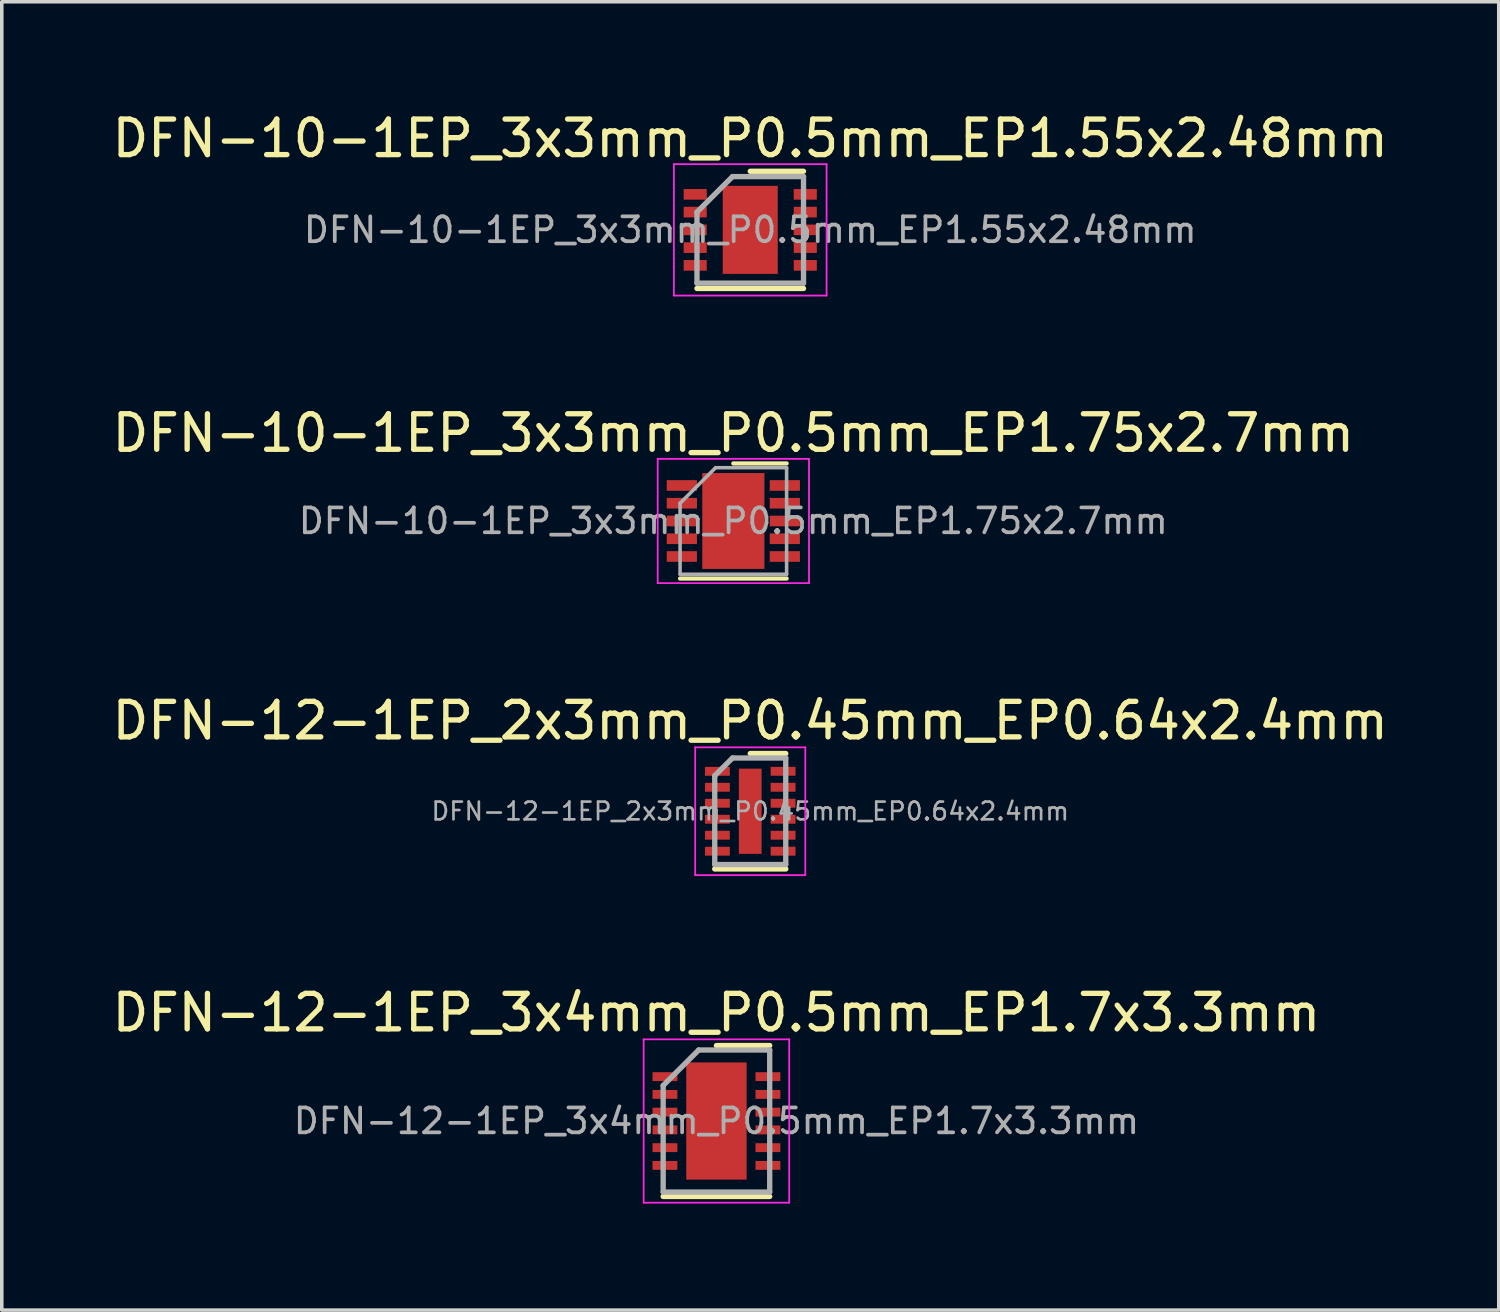
<source format=kicad_pcb>
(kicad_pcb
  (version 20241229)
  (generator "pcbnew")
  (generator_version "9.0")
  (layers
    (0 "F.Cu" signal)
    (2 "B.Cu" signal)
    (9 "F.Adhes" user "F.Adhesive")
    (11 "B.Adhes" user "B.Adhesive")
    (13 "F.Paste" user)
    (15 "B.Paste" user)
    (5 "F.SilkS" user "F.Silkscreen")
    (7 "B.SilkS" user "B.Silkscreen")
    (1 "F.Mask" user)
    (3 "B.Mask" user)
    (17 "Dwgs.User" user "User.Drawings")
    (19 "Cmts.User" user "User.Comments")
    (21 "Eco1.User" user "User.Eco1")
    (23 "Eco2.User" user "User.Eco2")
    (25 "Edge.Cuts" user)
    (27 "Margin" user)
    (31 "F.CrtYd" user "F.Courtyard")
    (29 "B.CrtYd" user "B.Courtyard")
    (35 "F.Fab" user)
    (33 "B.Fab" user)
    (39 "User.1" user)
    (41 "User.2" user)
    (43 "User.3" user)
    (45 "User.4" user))
  (footprint "DFN-10-1EP_3x3mm_P0.5mm_EP1.55x2.48mm"
    (layer "F.Cu")
    (at 18.077 3.423)
    (property "Reference" "DFN-10-1EP_3x3mm_P0.5mm_EP1.55x2.48mm" (at 0 -2.575 0) (layer "F.SilkS") (effects (font (size 1 1) (thickness 0.15))))
    (attr smd)
    (fp_line (start -1.5 1.65) (end 1.5 1.65) (stroke (width 0.15) (type solid)) (layer "F.SilkS"))
    (fp_line (start 0 -1.65) (end 1.5 -1.65) (stroke (width 0.15) (type solid)) (layer "F.SilkS"))
    (fp_line (start -2.15 -1.85) (end -2.15 1.85) (stroke (width 0.05) (type solid)) (layer "F.CrtYd"))
    (fp_line (start -2.15 -1.85) (end 2.15 -1.85) (stroke (width 0.05) (type solid)) (layer "F.CrtYd"))
    (fp_line (start -2.15 1.85) (end 2.15 1.85) (stroke (width 0.05) (type solid)) (layer "F.CrtYd"))
    (fp_line (start 2.15 -1.85) (end 2.15 1.85) (stroke (width 0.05) (type solid)) (layer "F.CrtYd"))
    (fp_line (start -1.5 -0.5) (end -0.5 -1.5) (stroke (width 0.15) (type solid)) (layer "F.Fab"))
    (fp_line (start -1.5 1.5) (end -1.5 -0.5) (stroke (width 0.15) (type solid)) (layer "F.Fab"))
    (fp_line (start -0.5 -1.5) (end 1.5 -1.5) (stroke (width 0.15) (type solid)) (layer "F.Fab"))
    (fp_line (start 1.5 -1.5) (end 1.5 1.5) (stroke (width 0.15) (type solid)) (layer "F.Fab"))
    (fp_line (start 1.5 1.5) (end -1.5 1.5) (stroke (width 0.15) (type solid)) (layer "F.Fab"))
    (fp_text user "${REFERENCE}" (at 0 0 0) (layer "F.Fab") (effects (font (size 0.7 0.7) (thickness 0.105))))
    (pad "" smd rect (at -0.388 -0.62) (size 0.6 1.05) (layers "F.Paste"))
    (pad "" smd rect (at -0.388 0.62) (size 0.6 1.05) (layers "F.Paste"))
    (pad "" smd rect (at 0.388 -0.62) (size 0.6 1.05) (layers "F.Paste"))
    (pad "" smd rect (at 0.388 0.62) (size 0.6 1.05) (layers "F.Paste"))
    (pad "1" smd rect (at -1.55 -1) (size 0.65 0.3) (layers "F.Cu" "F.Mask" "F.Paste"))
    (pad "2" smd rect (at -1.55 -0.5) (size 0.65 0.3) (layers "F.Cu" "F.Mask" "F.Paste"))
    (pad "3" smd rect (at -1.55 0) (size 0.65 0.3) (layers "F.Cu" "F.Mask" "F.Paste"))
    (pad "4" smd rect (at -1.55 0.5) (size 0.65 0.3) (layers "F.Cu" "F.Mask" "F.Paste"))
    (pad "5" smd rect (at -1.55 1) (size 0.65 0.3) (layers "F.Cu" "F.Mask" "F.Paste"))
    (pad "6" smd rect (at 1.55 1) (size 0.65 0.3) (layers "F.Cu" "F.Mask" "F.Paste"))
    (pad "7" smd rect (at 1.55 0.5) (size 0.65 0.3) (layers "F.Cu" "F.Mask" "F.Paste"))
    (pad "8" smd rect (at 1.55 0) (size 0.65 0.3) (layers "F.Cu" "F.Mask" "F.Paste"))
    (pad "9" smd rect (at 1.55 -0.5) (size 0.65 0.3) (layers "F.Cu" "F.Mask" "F.Paste"))
    (pad "10" smd rect (at 1.55 -1) (size 0.65 0.3) (layers "F.Cu" "F.Mask" "F.Paste"))
    (pad "11" smd rect (at 0 0) (size 1.55 2.48) (layers "F.Cu" "F.Mask")))
  (footprint "DFN-10-1EP_3x3mm_P0.5mm_EP1.75x2.7mm"
    (layer "F.Cu")
    (at 17.601 11.621)
    (property "Reference" "DFN-10-1EP_3x3mm_P0.5mm_EP1.75x2.7mm" (at 0 -2.475 0) (layer "F.SilkS") (effects (font (size 1 1) (thickness 0.15))))
    (attr smd)
    (fp_line (start -1.5 1.62) (end 1.5 1.62) (stroke (width 0.12) (type solid)) (layer "F.SilkS"))
    (fp_line (start 0 -1.62) (end 1.5 -1.62) (stroke (width 0.12) (type solid)) (layer "F.SilkS"))
    (fp_line (start -2.13 -1.75) (end -2.13 1.75) (stroke (width 0.05) (type solid)) (layer "F.CrtYd"))
    (fp_line (start -2.13 -1.75) (end 2.13 -1.75) (stroke (width 0.05) (type solid)) (layer "F.CrtYd"))
    (fp_line (start -2.13 1.75) (end 2.13 1.75) (stroke (width 0.05) (type solid)) (layer "F.CrtYd"))
    (fp_line (start 2.13 -1.75) (end 2.13 1.75) (stroke (width 0.05) (type solid)) (layer "F.CrtYd"))
    (fp_line (start -1.5 -0.5) (end -0.5 -1.5) (stroke (width 0.1) (type solid)) (layer "F.Fab"))
    (fp_line (start -1.5 1.5) (end -1.5 -0.5) (stroke (width 0.1) (type solid)) (layer "F.Fab"))
    (fp_line (start -0.5 -1.5) (end 1.5 -1.5) (stroke (width 0.1) (type solid)) (layer "F.Fab"))
    (fp_line (start 1.5 -1.5) (end 1.5 1.5) (stroke (width 0.1) (type solid)) (layer "F.Fab"))
    (fp_line (start 1.5 1.5) (end -1.5 1.5) (stroke (width 0.1) (type solid)) (layer "F.Fab"))
    (fp_text user "${REFERENCE}" (at 0 0 0) (layer "F.Fab") (effects (font (size 0.7 0.7) (thickness 0.105))))
    (pad "" smd rect (at -0.388 -0.62) (size 0.6 1.05) (layers "F.Paste"))
    (pad "" smd rect (at -0.388 0.62) (size 0.6 1.05) (layers "F.Paste"))
    (pad "" smd rect (at 0.388 -0.62) (size 0.6 1.05) (layers "F.Paste"))
    (pad "" smd rect (at 0.388 0.62) (size 0.6 1.05) (layers "F.Paste"))
    (pad "1" smd rect (at -1.45 -1) (size 0.85 0.3) (layers "F.Cu" "F.Mask" "F.Paste"))
    (pad "2" smd rect (at -1.45 -0.5) (size 0.85 0.3) (layers "F.Cu" "F.Mask" "F.Paste"))
    (pad "3" smd rect (at -1.45 0) (size 0.85 0.3) (layers "F.Cu" "F.Mask" "F.Paste"))
    (pad "4" smd rect (at -1.45 0.5) (size 0.85 0.3) (layers "F.Cu" "F.Mask" "F.Paste"))
    (pad "5" smd rect (at -1.45 1) (size 0.85 0.3) (layers "F.Cu" "F.Mask" "F.Paste"))
    (pad "6" smd rect (at 1.45 1) (size 0.85 0.3) (layers "F.Cu" "F.Mask" "F.Paste"))
    (pad "7" smd rect (at 1.45 0.5) (size 0.85 0.3) (layers "F.Cu" "F.Mask" "F.Paste"))
    (pad "8" smd rect (at 1.45 0) (size 0.85 0.3) (layers "F.Cu" "F.Mask" "F.Paste"))
    (pad "9" smd rect (at 1.45 -0.5) (size 0.85 0.3) (layers "F.Cu" "F.Mask" "F.Paste"))
    (pad "10" smd rect (at 1.45 -1) (size 0.85 0.3) (layers "F.Cu" "F.Mask" "F.Paste"))
    (pad "11" smd rect (at 0 0) (size 1.75 2.7) (layers "F.Cu" "F.Mask")))
  (footprint "DFN-12-1EP_2x3mm_P0.45mm_EP0.64x2.4mm"
    (layer "F.Cu")
    (at 18.077 19.795)
    (property "Reference" "DFN-12-1EP_2x3mm_P0.45mm_EP0.64x2.4mm" (at 0 -2.55 0) (layer "F.SilkS") (effects (font (size 1 1) (thickness 0.15))))
    (attr smd)
    (fp_line (start -1 1.625) (end 1 1.625) (stroke (width 0.15) (type solid)) (layer "F.SilkS"))
    (fp_line (start 0 -1.625) (end 1 -1.625) (stroke (width 0.15) (type solid)) (layer "F.SilkS"))
    (fp_line (start -1.55 -1.8) (end -1.55 1.8) (stroke (width 0.05) (type solid)) (layer "F.CrtYd"))
    (fp_line (start -1.55 -1.8) (end 1.55 -1.8) (stroke (width 0.05) (type solid)) (layer "F.CrtYd"))
    (fp_line (start -1.55 1.8) (end 1.55 1.8) (stroke (width 0.05) (type solid)) (layer "F.CrtYd"))
    (fp_line (start 1.55 -1.8) (end 1.55 1.8) (stroke (width 0.05) (type solid)) (layer "F.CrtYd"))
    (fp_line (start -1 -1) (end -0.5 -1.5) (stroke (width 0.15) (type solid)) (layer "F.Fab"))
    (fp_line (start -1 1.5) (end -1 -1) (stroke (width 0.15) (type solid)) (layer "F.Fab"))
    (fp_line (start -0.5 -1.5) (end 1 -1.5) (stroke (width 0.15) (type solid)) (layer "F.Fab"))
    (fp_line (start 1 -1.5) (end 1 1.5) (stroke (width 0.15) (type solid)) (layer "F.Fab"))
    (fp_line (start 1 1.5) (end -1 1.5) (stroke (width 0.15) (type solid)) (layer "F.Fab"))
    (fp_text user "${REFERENCE}" (at 0 0 0) (layer "F.Fab") (effects (font (size 0.5 0.5) (thickness 0.075))))
    (pad "" smd rect (at 0 -0.6) (size 0.5 1) (layers "F.Paste"))
    (pad "" smd rect (at 0 0.6) (size 0.5 1) (layers "F.Paste"))
    (pad "1" smd rect (at -0.925 -1.125) (size 0.7 0.25) (layers "F.Cu" "F.Mask" "F.Paste"))
    (pad "2" smd rect (at -0.925 -0.675) (size 0.7 0.25) (layers "F.Cu" "F.Mask" "F.Paste"))
    (pad "3" smd rect (at -0.925 -0.225) (size 0.7 0.25) (layers "F.Cu" "F.Mask" "F.Paste"))
    (pad "4" smd rect (at -0.925 0.225) (size 0.7 0.25) (layers "F.Cu" "F.Mask" "F.Paste"))
    (pad "5" smd rect (at -0.925 0.675) (size 0.7 0.25) (layers "F.Cu" "F.Mask" "F.Paste"))
    (pad "6" smd rect (at -0.925 1.125) (size 0.7 0.25) (layers "F.Cu" "F.Mask" "F.Paste"))
    (pad "7" smd rect (at 0.925 1.125) (size 0.7 0.25) (layers "F.Cu" "F.Mask" "F.Paste"))
    (pad "8" smd rect (at 0.925 0.675) (size 0.7 0.25) (layers "F.Cu" "F.Mask" "F.Paste"))
    (pad "9" smd rect (at 0.925 0.225) (size 0.7 0.25) (layers "F.Cu" "F.Mask" "F.Paste"))
    (pad "10" smd rect (at 0.925 -0.225) (size 0.7 0.25) (layers "F.Cu" "F.Mask" "F.Paste"))
    (pad "11" smd rect (at 0.925 -0.675) (size 0.7 0.25) (layers "F.Cu" "F.Mask" "F.Paste"))
    (pad "12" smd rect (at 0.925 -1.125) (size 0.7 0.25) (layers "F.Cu" "F.Mask" "F.Paste"))
    (pad "13" smd rect (at 0 0) (size 0.64 2.4) (layers "F.Cu" "F.Mask")))
  (footprint "DFN-12-1EP_3x4mm_P0.5mm_EP1.7x3.3mm"
    (layer "F.Cu")
    (at 17.125 28.518)
    (property "Reference" "DFN-12-1EP_3x4mm_P0.5mm_EP1.7x3.3mm" (at 0 -3.05 0) (layer "F.SilkS") (effects (font (size 1 1) (thickness 0.15))))
    (attr smd)
    (fp_line (start -1.5 2.125) (end 1.5 2.125) (stroke (width 0.15) (type solid)) (layer "F.SilkS"))
    (fp_line (start 0 -2.125) (end 1.5 -2.125) (stroke (width 0.15) (type solid)) (layer "F.SilkS"))
    (fp_line (start -2.05 -2.3) (end -2.05 2.3) (stroke (width 0.05) (type solid)) (layer "F.CrtYd"))
    (fp_line (start -2.05 -2.3) (end 2.05 -2.3) (stroke (width 0.05) (type solid)) (layer "F.CrtYd"))
    (fp_line (start -2.05 2.3) (end 2.05 2.3) (stroke (width 0.05) (type solid)) (layer "F.CrtYd"))
    (fp_line (start 2.05 -2.3) (end 2.05 2.3) (stroke (width 0.05) (type solid)) (layer "F.CrtYd"))
    (fp_line (start -1.5 -1) (end -0.5 -2) (stroke (width 0.15) (type solid)) (layer "F.Fab"))
    (fp_line (start -1.5 2) (end -1.5 -1) (stroke (width 0.15) (type solid)) (layer "F.Fab"))
    (fp_line (start -0.5 -2) (end 1.5 -2) (stroke (width 0.15) (type solid)) (layer "F.Fab"))
    (fp_line (start 1.5 -2) (end 1.5 2) (stroke (width 0.15) (type solid)) (layer "F.Fab"))
    (fp_line (start 1.5 2) (end -1.5 2) (stroke (width 0.15) (type solid)) (layer "F.Fab"))
    (fp_text user "${REFERENCE}" (at 0 0 0) (layer "F.Fab") (effects (font (size 0.7 0.7) (thickness 0.105))))
    (pad "" smd rect (at -0.425 -1.238) (size 0.685 0.67) (layers "F.Paste"))
    (pad "" smd rect (at -0.425 -0.412) (size 0.685 0.67) (layers "F.Paste"))
    (pad "" smd rect (at -0.425 0.412) (size 0.685 0.67) (layers "F.Paste"))
    (pad "" smd rect (at -0.425 1.238) (size 0.685 0.67) (layers "F.Paste"))
    (pad "" smd rect (at 0.425 -1.238) (size 0.685 0.67) (layers "F.Paste"))
    (pad "" smd rect (at 0.425 -0.412) (size 0.685 0.67) (layers "F.Paste"))
    (pad "" smd rect (at 0.425 0.412) (size 0.685 0.67) (layers "F.Paste"))
    (pad "" smd rect (at 0.425 1.238) (size 0.685 0.67) (layers "F.Paste"))
    (pad "1" smd rect (at -1.45 -1.25) (size 0.7 0.25) (layers "F.Cu" "F.Mask" "F.Paste"))
    (pad "2" smd rect (at -1.45 -0.75) (size 0.7 0.25) (layers "F.Cu" "F.Mask" "F.Paste"))
    (pad "3" smd rect (at -1.45 -0.25) (size 0.7 0.25) (layers "F.Cu" "F.Mask" "F.Paste"))
    (pad "4" smd rect (at -1.45 0.25) (size 0.7 0.25) (layers "F.Cu" "F.Mask" "F.Paste"))
    (pad "5" smd rect (at -1.45 0.75) (size 0.7 0.25) (layers "F.Cu" "F.Mask" "F.Paste"))
    (pad "6" smd rect (at -1.45 1.25) (size 0.7 0.25) (layers "F.Cu" "F.Mask" "F.Paste"))
    (pad "7" smd rect (at 1.45 1.25) (size 0.7 0.25) (layers "F.Cu" "F.Mask" "F.Paste"))
    (pad "8" smd rect (at 1.45 0.75) (size 0.7 0.25) (layers "F.Cu" "F.Mask" "F.Paste"))
    (pad "9" smd rect (at 1.45 0.25) (size 0.7 0.25) (layers "F.Cu" "F.Mask" "F.Paste"))
    (pad "10" smd rect (at 1.45 -0.25) (size 0.7 0.25) (layers "F.Cu" "F.Mask" "F.Paste"))
    (pad "11" smd rect (at 1.45 -0.75) (size 0.7 0.25) (layers "F.Cu" "F.Mask" "F.Paste"))
    (pad "12" smd rect (at 1.45 -1.25) (size 0.7 0.25) (layers "F.Cu" "F.Mask" "F.Paste"))
    (pad "13" smd rect (at 0 0) (size 1.7 3.3) (layers "F.Cu" "F.Mask")))
  (gr_rect
    (start -3 -3)
    (end 39.155 33.843)
    (stroke (width 0.1) (type default))
    (fill no)
    (layer "Edge.Cuts")))
</source>
